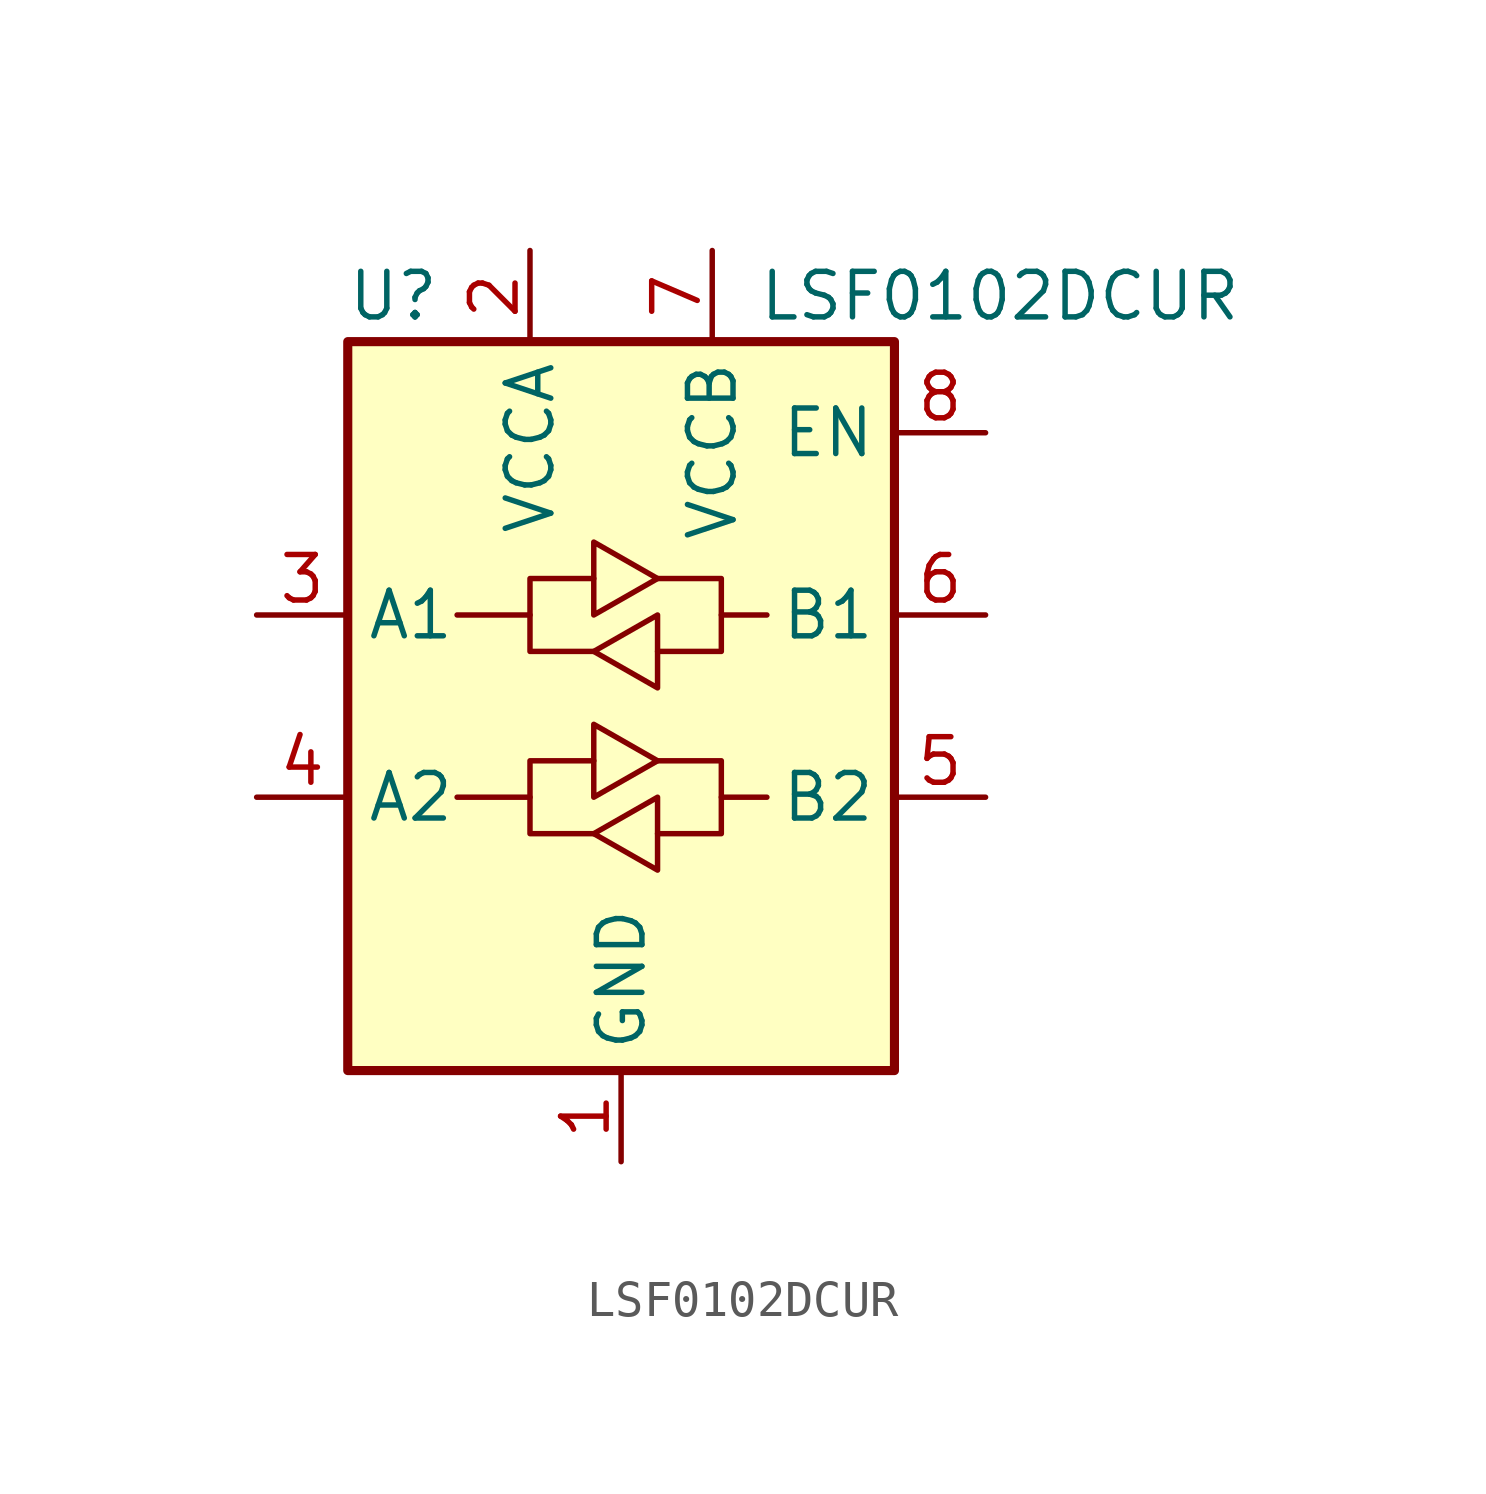
<source format=kicad_sym>
(kicad_symbol_lib
  (version 20241209)
  (generator "kicad_symbol_editor")
  (generator_version "9.0")
  (symbol "LSF0102DCUR"
    (property "Reference" "U"
      (at -6.35 8.89 0)
      (effects (font (size 1.27 1.27))))
    (property "Value" "LSF0102DCUR"
      (at 3.81 8.89 0)
      (effects (font (size 1.27 1.27)) (justify left)))
    (symbol "LSF0102DCUR_0_1"
      (rectangle (start -7.62 7.62) (end 7.62 -12.7) (stroke (width 0.254) (type default)) (fill (type background)))
      (polyline (pts (xy -2.54 0) (xy -2.54 1.016) (xy -0.762 1.016)) (stroke (width 0) (type default)) (fill (type none)))
      (polyline (pts (xy -2.54 -5.08) (xy -2.54 -4.064) (xy -0.762 -4.064)) (stroke (width 0) (type default)) (fill (type none)))
      (polyline (pts (xy -0.762 0) (xy -0.762 2.032) (xy 1.016 1.016) (xy -0.762 0)) (stroke (width 0) (type default)) (fill (type none)))
      (polyline (pts (xy -0.762 -1.016) (xy -2.54 -1.016) (xy -2.54 0) (xy -4.572 0)) (stroke (width 0) (type default)) (fill (type none)))
      (polyline (pts (xy -0.762 -5.08) (xy -0.762 -3.048) (xy 1.016 -4.064) (xy -0.762 -5.08)) (stroke (width 0) (type default)) (fill (type none)))
      (polyline (pts (xy -0.762 -6.096) (xy -2.54 -6.096) (xy -2.54 -5.08) (xy -4.572 -5.08)) (stroke (width 0) (type default)) (fill (type none)))
      (polyline (pts (xy 1.016 1.016) (xy 2.794 1.016) (xy 2.794 0) (xy 4.064 0)) (stroke (width 0) (type default)) (fill (type none)))
      (polyline (pts (xy 1.016 0) (xy 1.016 -1.778) (xy 1.016 -2.032) (xy -0.762 -1.016) (xy 1.016 0)) (stroke (width 0) (type default)) (fill (type none)))
      (polyline (pts (xy 1.016 -4.064) (xy 2.794 -4.064) (xy 2.794 -5.08) (xy 4.064 -5.08)) (stroke (width 0) (type default)) (fill (type none)))
      (polyline (pts (xy 1.016 -5.08) (xy 1.016 -6.858) (xy 1.016 -7.112) (xy -0.762 -6.096) (xy 1.016 -5.08)) (stroke (width 0) (type default)) (fill (type none)))
      (polyline (pts (xy 2.794 0) (xy 2.794 -1.016) (xy 1.016 -1.016)) (stroke (width 0) (type default)) (fill (type none)))
      (polyline (pts (xy 2.794 -5.08) (xy 2.794 -6.096) (xy 1.016 -6.096)) (stroke (width 0) (type default)) (fill (type none))))
    (symbol "LSF0102DCUR_1_1"
      (pin bidirectional line (at -10.16 0 0) (length 2.54) (name "A1" (effects (font (size 1.27 1.27)))) (number "3" (effects (font (size 1.27 1.27)))))
      (pin bidirectional line (at -10.16 -5.08 0) (length 2.54) (name "A2" (effects (font (size 1.27 1.27)))) (number "4" (effects (font (size 1.27 1.27)))))
      (pin power_in line (at -2.54 10.16 270) (length 2.54) (name "VCCA" (effects (font (size 1.27 1.27)))) (number "2" (effects (font (size 1.27 1.27)))))
      (pin power_in line (at 0 -15.24 90) (length 2.54) (name "GND" (effects (font (size 1.27 1.27)))) (number "1" (effects (font (size 1.27 1.27)))))
      (pin power_in line (at 2.54 10.16 270) (length 2.54) (name "VCCB" (effects (font (size 1.27 1.27)))) (number "7" (effects (font (size 1.27 1.27)))))
      (pin input line (at 10.16 5.08 180) (length 2.54) (name "EN" (effects (font (size 1.27 1.27)))) (number "8" (effects (font (size 1.27 1.27)))))
      (pin bidirectional line (at 10.16 0 180) (length 2.54) (name "B1" (effects (font (size 1.27 1.27)))) (number "6" (effects (font (size 1.27 1.27)))))
      (pin bidirectional line (at 10.16 -5.08 180) (length 2.54) (name "B2" (effects (font (size 1.27 1.27)))) (number "5" (effects (font (size 1.27 1.27))))))))
</source>
